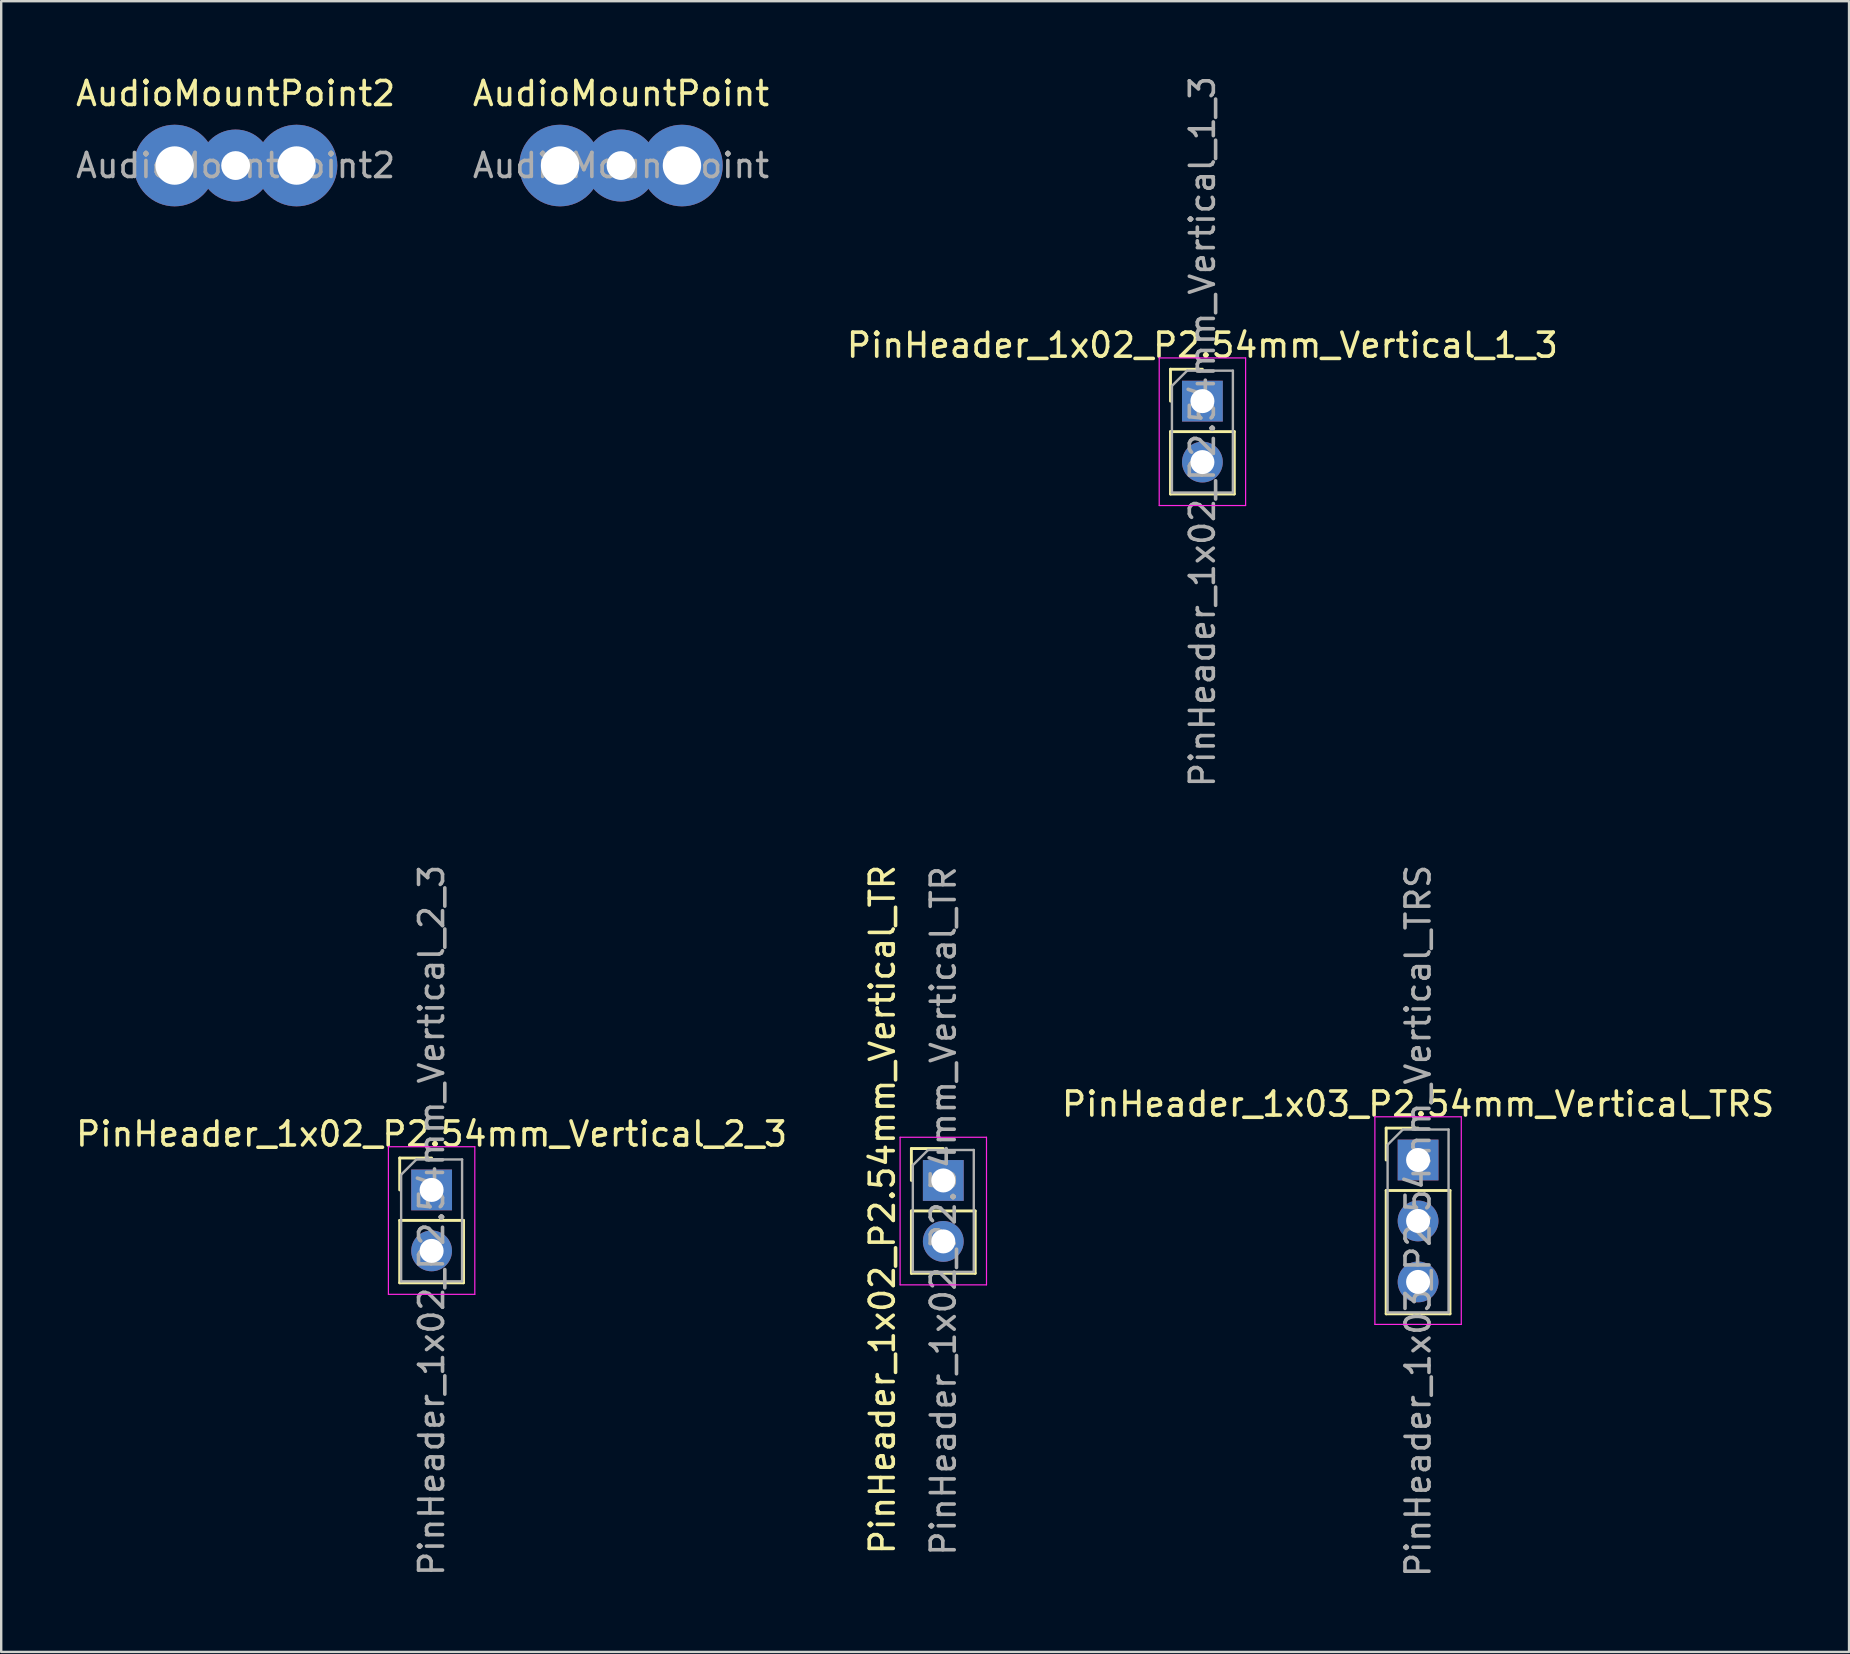
<source format=kicad_pcb>
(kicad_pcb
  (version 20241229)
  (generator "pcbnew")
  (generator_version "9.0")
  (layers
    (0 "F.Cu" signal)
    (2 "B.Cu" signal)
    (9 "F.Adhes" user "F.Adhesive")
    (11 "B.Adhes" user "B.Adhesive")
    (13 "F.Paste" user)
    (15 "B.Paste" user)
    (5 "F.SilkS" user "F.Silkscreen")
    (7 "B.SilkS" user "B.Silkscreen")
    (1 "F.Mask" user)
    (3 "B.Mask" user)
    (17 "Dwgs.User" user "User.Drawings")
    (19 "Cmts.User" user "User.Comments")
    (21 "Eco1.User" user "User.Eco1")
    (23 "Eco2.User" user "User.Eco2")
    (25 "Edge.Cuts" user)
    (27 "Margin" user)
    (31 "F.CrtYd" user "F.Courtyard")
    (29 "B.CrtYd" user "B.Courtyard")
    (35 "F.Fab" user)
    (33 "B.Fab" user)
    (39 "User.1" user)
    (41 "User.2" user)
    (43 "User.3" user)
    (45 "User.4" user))
  (footprint "PinHeader_1x02_P2.54mm_Vertical_TR"
    (layer "F.Cu")
    (at 36.257 46.139)
    (property "Reference" "PinHeader_1x02_P2.54mm_Vertical_TR" (at -2.54 1.212 270) (layer "F.SilkS") (effects (font (size 1 1) (thickness 0.15))))
    (attr through_hole)
    (fp_line (start -1.33 -1.33) (end 0 -1.33) (stroke (width 0.12) (type solid)) (layer "F.SilkS"))
    (fp_line (start -1.33 0) (end -1.33 -1.33) (stroke (width 0.12) (type solid)) (layer "F.SilkS"))
    (fp_line (start -1.33 1.27) (end -1.33 3.87) (stroke (width 0.12) (type solid)) (layer "F.SilkS"))
    (fp_line (start -1.33 1.27) (end 1.33 1.27) (stroke (width 0.12) (type solid)) (layer "F.SilkS"))
    (fp_line (start -1.33 3.87) (end 1.33 3.87) (stroke (width 0.12) (type solid)) (layer "F.SilkS"))
    (fp_line (start 1.33 1.27) (end 1.33 3.87) (stroke (width 0.12) (type solid)) (layer "F.SilkS"))
    (fp_line (start -1.8 -1.8) (end -1.8 4.35) (stroke (width 0.05) (type solid)) (layer "F.CrtYd"))
    (fp_line (start -1.8 4.35) (end 1.8 4.35) (stroke (width 0.05) (type solid)) (layer "F.CrtYd"))
    (fp_line (start 1.8 -1.8) (end -1.8 -1.8) (stroke (width 0.05) (type solid)) (layer "F.CrtYd"))
    (fp_line (start 1.8 4.35) (end 1.8 -1.8) (stroke (width 0.05) (type solid)) (layer "F.CrtYd"))
    (fp_line (start -1.27 -0.635) (end -0.635 -1.27) (stroke (width 0.1) (type solid)) (layer "F.Fab"))
    (fp_line (start -1.27 3.81) (end -1.27 -0.635) (stroke (width 0.1) (type solid)) (layer "F.Fab"))
    (fp_line (start -0.635 -1.27) (end 1.27 -1.27) (stroke (width 0.1) (type solid)) (layer "F.Fab"))
    (fp_line (start 1.27 -1.27) (end 1.27 3.81) (stroke (width 0.1) (type solid)) (layer "F.Fab"))
    (fp_line (start 1.27 3.81) (end -1.27 3.81) (stroke (width 0.1) (type solid)) (layer "F.Fab"))
    (fp_text user "${REFERENCE}" (at 0 1.27 270) (layer "F.Fab") (effects (font (size 1 1) (thickness 0.15))))
    (pad "R" thru_hole oval (at 0 2.54) (size 1.7 1.7) (drill 1) (layers "*.Cu" "*.Mask"))
    (pad "T" thru_hole rect (at 0 0) (size 1.7 1.7) (drill 1) (layers "*.Cu" "*.Mask")))
  (footprint "AudioMountPoint2"
    (layer "F.Cu")
    (at 6.768 3.848)
    (property "Reference" "AudioMountPoint2" (at 0 -3 0) (layer "F.SilkS") (effects (font (size 1 1) (thickness 0.15))))
    (attr through_hole)
    (fp_rect (start -5.08 -2.54) (end 5.08 2.54) (stroke (width 0.1) (type default)) (fill no) (layer "Margin"))
    (fp_text user "${REFERENCE}" (at 0 0 0) (layer "F.Fab") (effects (font (size 1 1) (thickness 0.15))))
    (pad "R" thru_hole circle (at 2.54 0 180) (size 3.4 3.4) (drill 1.6) (layers "*.Cu" "*.Mask"))
    (pad "S" thru_hole circle (at -2.54 0 180) (size 3.4 3.4) (drill 1.6) (layers "*.Cu" "*.Mask"))
    (pad "T" thru_hole circle (at 0 0 180) (size 3 3) (drill 1.2) (layers "*.Cu" "*.Mask")))
  (footprint "PinHeader_1x02_P2.54mm_Vertical_2_3"
    (layer "F.Cu")
    (at 14.935 46.534)
    (property "Reference" "PinHeader_1x02_P2.54mm_Vertical_2_3" (at 0 -2.33 0) (layer "F.SilkS") (effects (font (size 1 1) (thickness 0.15))))
    (attr through_hole)
    (fp_line (start -1.33 -1.33) (end 0 -1.33) (stroke (width 0.12) (type solid)) (layer "F.SilkS"))
    (fp_line (start -1.33 0) (end -1.33 -1.33) (stroke (width 0.12) (type solid)) (layer "F.SilkS"))
    (fp_line (start -1.33 1.27) (end -1.33 3.87) (stroke (width 0.12) (type solid)) (layer "F.SilkS"))
    (fp_line (start -1.33 1.27) (end 1.33 1.27) (stroke (width 0.12) (type solid)) (layer "F.SilkS"))
    (fp_line (start -1.33 3.87) (end 1.33 3.87) (stroke (width 0.12) (type solid)) (layer "F.SilkS"))
    (fp_line (start 1.33 1.27) (end 1.33 3.87) (stroke (width 0.12) (type solid)) (layer "F.SilkS"))
    (fp_line (start -1.8 -1.8) (end -1.8 4.35) (stroke (width 0.05) (type solid)) (layer "F.CrtYd"))
    (fp_line (start -1.8 4.35) (end 1.8 4.35) (stroke (width 0.05) (type solid)) (layer "F.CrtYd"))
    (fp_line (start 1.8 -1.8) (end -1.8 -1.8) (stroke (width 0.05) (type solid)) (layer "F.CrtYd"))
    (fp_line (start 1.8 4.35) (end 1.8 -1.8) (stroke (width 0.05) (type solid)) (layer "F.CrtYd"))
    (fp_line (start -1.27 -0.635) (end -0.635 -1.27) (stroke (width 0.1) (type solid)) (layer "F.Fab"))
    (fp_line (start -1.27 3.81) (end -1.27 -0.635) (stroke (width 0.1) (type solid)) (layer "F.Fab"))
    (fp_line (start -0.635 -1.27) (end 1.27 -1.27) (stroke (width 0.1) (type solid)) (layer "F.Fab"))
    (fp_line (start 1.27 -1.27) (end 1.27 3.81) (stroke (width 0.1) (type solid)) (layer "F.Fab"))
    (fp_line (start 1.27 3.81) (end -1.27 3.81) (stroke (width 0.1) (type solid)) (layer "F.Fab"))
    (fp_text user "${REFERENCE}" (at 0 1.27 90) (layer "F.Fab") (effects (font (size 1 1) (thickness 0.15))))
    (pad "2" thru_hole rect (at 0 0) (size 1.7 1.7) (drill 1) (layers "*.Cu" "*.Mask"))
    (pad "3" thru_hole oval (at 0 2.54) (size 1.7 1.7) (drill 1) (layers "*.Cu" "*.Mask")))
  (footprint "PinHeader_1x03_P2.54mm_Vertical_TRS"
    (layer "F.Cu")
    (at 56.041 45.287)
    (property "Reference" "PinHeader_1x03_P2.54mm_Vertical_TRS" (at 0 -2.33 0) (layer "F.SilkS") (effects (font (size 1 1) (thickness 0.15))))
    (attr through_hole)
    (fp_line (start -1.33 -1.33) (end 0 -1.33) (stroke (width 0.12) (type solid)) (layer "F.SilkS"))
    (fp_line (start -1.33 0) (end -1.33 -1.33) (stroke (width 0.12) (type solid)) (layer "F.SilkS"))
    (fp_line (start -1.33 1.27) (end -1.33 6.41) (stroke (width 0.12) (type solid)) (layer "F.SilkS"))
    (fp_line (start -1.33 1.27) (end 1.33 1.27) (stroke (width 0.12) (type solid)) (layer "F.SilkS"))
    (fp_line (start -1.33 6.41) (end 1.33 6.41) (stroke (width 0.12) (type solid)) (layer "F.SilkS"))
    (fp_line (start 1.33 1.27) (end 1.33 6.41) (stroke (width 0.12) (type solid)) (layer "F.SilkS"))
    (fp_line (start -1.8 -1.8) (end -1.8 6.85) (stroke (width 0.05) (type solid)) (layer "F.CrtYd"))
    (fp_line (start -1.8 6.85) (end 1.8 6.85) (stroke (width 0.05) (type solid)) (layer "F.CrtYd"))
    (fp_line (start 1.8 -1.8) (end -1.8 -1.8) (stroke (width 0.05) (type solid)) (layer "F.CrtYd"))
    (fp_line (start 1.8 6.85) (end 1.8 -1.8) (stroke (width 0.05) (type solid)) (layer "F.CrtYd"))
    (fp_line (start -1.27 -0.635) (end -0.635 -1.27) (stroke (width 0.1) (type solid)) (layer "F.Fab"))
    (fp_line (start -1.27 6.35) (end -1.27 -0.635) (stroke (width 0.1) (type solid)) (layer "F.Fab"))
    (fp_line (start -0.635 -1.27) (end 1.27 -1.27) (stroke (width 0.1) (type solid)) (layer "F.Fab"))
    (fp_line (start 1.27 -1.27) (end 1.27 6.35) (stroke (width 0.1) (type solid)) (layer "F.Fab"))
    (fp_line (start 1.27 6.35) (end -1.27 6.35) (stroke (width 0.1) (type solid)) (layer "F.Fab"))
    (fp_text user "${REFERENCE}" (at 0 2.54 90) (layer "F.Fab") (effects (font (size 1 1) (thickness 0.15))))
    (pad "R" thru_hole oval (at 0 2.54) (size 1.7 1.7) (drill 1) (layers "*.Cu" "*.Mask"))
    (pad "S" thru_hole oval (at 0 5.08) (size 1.7 1.7) (drill 1) (layers "*.Cu" "*.Mask"))
    (pad "T" thru_hole rect (at 0 0) (size 1.7 1.7) (drill 1) (layers "*.Cu" "*.Mask")))
  (footprint "AudioMountPoint"
    (layer "F.Cu")
    (at 22.827 3.848)
    (property "Reference" "AudioMountPoint" (at 0 -3 0) (layer "F.SilkS") (effects (font (size 1 1) (thickness 0.15))))
    (attr through_hole)
    (fp_rect (start -5.08 -2.54) (end 5.08 2.54) (stroke (width 0.1) (type default)) (fill no) (layer "Margin"))
    (fp_text user "${REFERENCE}" (at 0 0 0) (layer "F.Fab") (effects (font (size 1 1) (thickness 0.15))))
    (pad "R" thru_hole circle (at 2.54 0 180) (size 3.4 3.4) (drill 1.6) (layers "*.Cu" "*.Mask"))
    (pad "S" thru_hole circle (at -2.54 0 180) (size 3.4 3.4) (drill 1.6) (layers "*.Cu" "*.Mask"))
    (pad "T" thru_hole circle (at 0 0 180) (size 3 3) (drill 1.2) (layers "*.Cu" "*.Mask")))
  (footprint "PinHeader_1x02_P2.54mm_Vertical_1_3"
    (layer "F.Cu")
    (at 47.054 13.665)
    (property "Reference" "PinHeader_1x02_P2.54mm_Vertical_1_3" (at 0 -2.33 0) (layer "F.SilkS") (effects (font (size 1 1) (thickness 0.15))))
    (attr through_hole)
    (fp_line (start -1.33 -1.33) (end 0 -1.33) (stroke (width 0.12) (type solid)) (layer "F.SilkS"))
    (fp_line (start -1.33 0) (end -1.33 -1.33) (stroke (width 0.12) (type solid)) (layer "F.SilkS"))
    (fp_line (start -1.33 1.27) (end -1.33 3.87) (stroke (width 0.12) (type solid)) (layer "F.SilkS"))
    (fp_line (start -1.33 1.27) (end 1.33 1.27) (stroke (width 0.12) (type solid)) (layer "F.SilkS"))
    (fp_line (start -1.33 3.87) (end 1.33 3.87) (stroke (width 0.12) (type solid)) (layer "F.SilkS"))
    (fp_line (start 1.33 1.27) (end 1.33 3.87) (stroke (width 0.12) (type solid)) (layer "F.SilkS"))
    (fp_line (start -1.8 -1.8) (end -1.8 4.35) (stroke (width 0.05) (type solid)) (layer "F.CrtYd"))
    (fp_line (start -1.8 4.35) (end 1.8 4.35) (stroke (width 0.05) (type solid)) (layer "F.CrtYd"))
    (fp_line (start 1.8 -1.8) (end -1.8 -1.8) (stroke (width 0.05) (type solid)) (layer "F.CrtYd"))
    (fp_line (start 1.8 4.35) (end 1.8 -1.8) (stroke (width 0.05) (type solid)) (layer "F.CrtYd"))
    (fp_line (start -1.27 -0.635) (end -0.635 -1.27) (stroke (width 0.1) (type solid)) (layer "F.Fab"))
    (fp_line (start -1.27 3.81) (end -1.27 -0.635) (stroke (width 0.1) (type solid)) (layer "F.Fab"))
    (fp_line (start -0.635 -1.27) (end 1.27 -1.27) (stroke (width 0.1) (type solid)) (layer "F.Fab"))
    (fp_line (start 1.27 -1.27) (end 1.27 3.81) (stroke (width 0.1) (type solid)) (layer "F.Fab"))
    (fp_line (start 1.27 3.81) (end -1.27 3.81) (stroke (width 0.1) (type solid)) (layer "F.Fab"))
    (fp_text user "${REFERENCE}" (at 0 1.27 90) (layer "F.Fab") (effects (font (size 1 1) (thickness 0.15))))
    (pad "1" thru_hole rect (at 0 0) (size 1.7 1.7) (drill 1) (layers "*.Cu" "*.Mask"))
    (pad "3" thru_hole oval (at 0 2.54) (size 1.7 1.7) (drill 1) (layers "*.Cu" "*.Mask")))
  (gr_rect
    (start -3 -3)
    (end 73.999 65.786)
    (stroke (width 0.1) (type default))
    (fill no)
    (layer "Edge.Cuts")))
</source>
